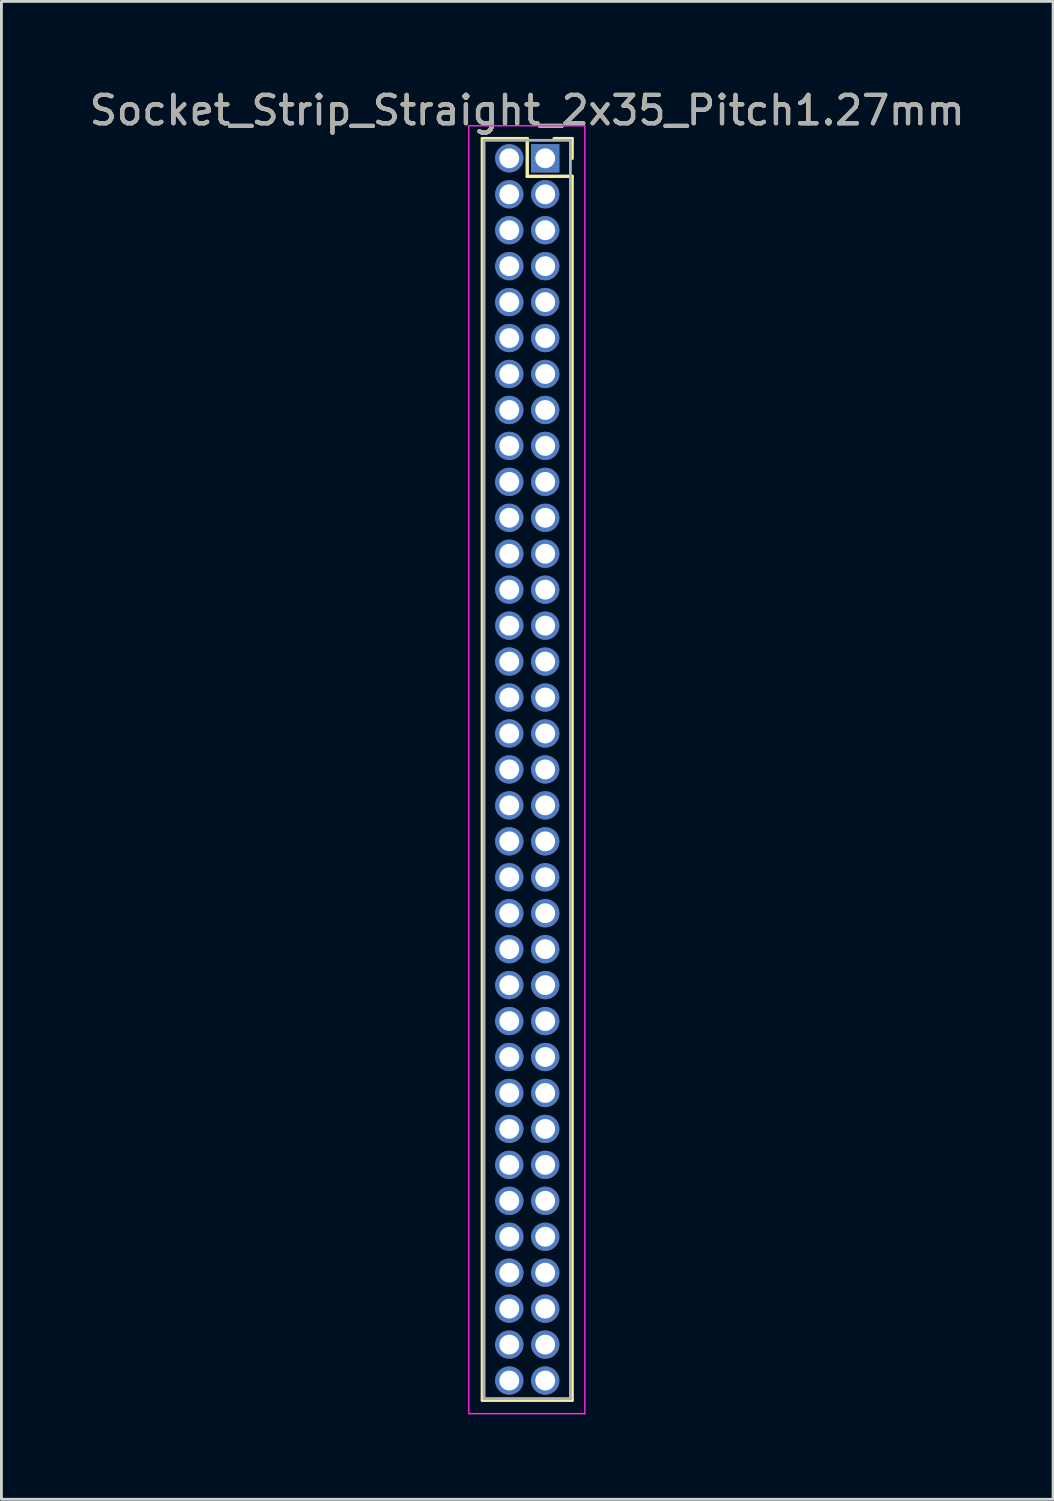
<source format=kicad_pcb>
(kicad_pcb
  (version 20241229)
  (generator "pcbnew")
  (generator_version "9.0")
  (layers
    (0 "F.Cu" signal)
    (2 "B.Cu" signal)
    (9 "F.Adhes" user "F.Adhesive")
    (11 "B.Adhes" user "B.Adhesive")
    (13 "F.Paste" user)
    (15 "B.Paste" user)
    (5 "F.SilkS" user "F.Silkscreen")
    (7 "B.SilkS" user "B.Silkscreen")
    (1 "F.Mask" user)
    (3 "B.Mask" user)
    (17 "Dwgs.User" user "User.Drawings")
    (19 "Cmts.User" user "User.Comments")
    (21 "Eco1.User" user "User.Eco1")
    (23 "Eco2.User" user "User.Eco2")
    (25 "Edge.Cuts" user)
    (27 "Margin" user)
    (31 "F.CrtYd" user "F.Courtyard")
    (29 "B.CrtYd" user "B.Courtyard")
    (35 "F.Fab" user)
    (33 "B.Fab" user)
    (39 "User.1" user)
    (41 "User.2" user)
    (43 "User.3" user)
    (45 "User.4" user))
  (footprint "Socket_Strip_Straight_2x35_Pitch1.27mm"
    (layer "F.Cu")
    (at 16.212 2.543)
    (property "Reference" "Socket_Strip_Straight_2x35_Pitch1.27mm" (at -0.635 -1.695 0) (layer "F.SilkS") (effects (font (size 1 1) (thickness 0.15))))
    (attr through_hole)
    (fp_line (start -2.22 -0.695) (end -0.635 -0.695) (stroke (width 0.12) (type solid)) (layer "F.SilkS"))
    (fp_line (start -2.22 43.875) (end -2.22 -0.695) (stroke (width 0.12) (type solid)) (layer "F.SilkS"))
    (fp_line (start -0.635 -0.695) (end -0.635 0.635) (stroke (width 0.12) (type solid)) (layer "F.SilkS"))
    (fp_line (start -0.635 0.635) (end 0.95 0.635) (stroke (width 0.12) (type solid)) (layer "F.SilkS"))
    (fp_line (start 0.95 -0.695) (end 0.315 -0.695) (stroke (width 0.12) (type solid)) (layer "F.SilkS"))
    (fp_line (start 0.95 0) (end 0.95 -0.695) (stroke (width 0.12) (type solid)) (layer "F.SilkS"))
    (fp_line (start 0.95 0.635) (end 0.95 43.875) (stroke (width 0.12) (type solid)) (layer "F.SilkS"))
    (fp_line (start 0.95 43.875) (end -2.22 43.875) (stroke (width 0.12) (type solid)) (layer "F.SilkS"))
    (fp_line (start -2.7 -1.15) (end -2.7 44.35) (stroke (width 0.05) (type solid)) (layer "F.CrtYd"))
    (fp_line (start -2.7 44.35) (end 1.4 44.35) (stroke (width 0.05) (type solid)) (layer "F.CrtYd"))
    (fp_line (start 1.4 -1.15) (end -2.7 -1.15) (stroke (width 0.05) (type solid)) (layer "F.CrtYd"))
    (fp_line (start 1.4 44.35) (end 1.4 -1.15) (stroke (width 0.05) (type solid)) (layer "F.CrtYd"))
    (fp_line (start -2.16 -0.635) (end -2.16 43.815) (stroke (width 0.1) (type solid)) (layer "F.Fab"))
    (fp_line (start -2.16 43.815) (end 0.89 43.815) (stroke (width 0.1) (type solid)) (layer "F.Fab"))
    (fp_line (start 0.89 -0.635) (end -2.16 -0.635) (stroke (width 0.1) (type solid)) (layer "F.Fab"))
    (fp_line (start 0.89 43.815) (end 0.89 -0.635) (stroke (width 0.1) (type solid)) (layer "F.Fab"))
    (fp_text user "${REFERENCE}" (at -0.635 -1.695 0) (layer "F.Fab") (effects (font (size 1 1) (thickness 0.15))))
    (pad "1" thru_hole rect (at 0 0) (size 1 1) (drill 0.7) (layers "*.Cu" "*.Mask"))
    (pad "2" thru_hole oval (at -1.27 0) (size 1 1) (drill 0.7) (layers "*.Cu" "*.Mask"))
    (pad "3" thru_hole oval (at 0 1.27) (size 1 1) (drill 0.7) (layers "*.Cu" "*.Mask"))
    (pad "4" thru_hole oval (at -1.27 1.27) (size 1 1) (drill 0.7) (layers "*.Cu" "*.Mask"))
    (pad "5" thru_hole oval (at 0 2.54) (size 1 1) (drill 0.7) (layers "*.Cu" "*.Mask"))
    (pad "6" thru_hole oval (at -1.27 2.54) (size 1 1) (drill 0.7) (layers "*.Cu" "*.Mask"))
    (pad "7" thru_hole oval (at 0 3.81) (size 1 1) (drill 0.7) (layers "*.Cu" "*.Mask"))
    (pad "8" thru_hole oval (at -1.27 3.81) (size 1 1) (drill 0.7) (layers "*.Cu" "*.Mask"))
    (pad "9" thru_hole oval (at 0 5.08) (size 1 1) (drill 0.7) (layers "*.Cu" "*.Mask"))
    (pad "10" thru_hole oval (at -1.27 5.08) (size 1 1) (drill 0.7) (layers "*.Cu" "*.Mask"))
    (pad "11" thru_hole oval (at 0 6.35) (size 1 1) (drill 0.7) (layers "*.Cu" "*.Mask"))
    (pad "12" thru_hole oval (at -1.27 6.35) (size 1 1) (drill 0.7) (layers "*.Cu" "*.Mask"))
    (pad "13" thru_hole oval (at 0 7.62) (size 1 1) (drill 0.7) (layers "*.Cu" "*.Mask"))
    (pad "14" thru_hole oval (at -1.27 7.62) (size 1 1) (drill 0.7) (layers "*.Cu" "*.Mask"))
    (pad "15" thru_hole oval (at 0 8.89) (size 1 1) (drill 0.7) (layers "*.Cu" "*.Mask"))
    (pad "16" thru_hole oval (at -1.27 8.89) (size 1 1) (drill 0.7) (layers "*.Cu" "*.Mask"))
    (pad "17" thru_hole oval (at 0 10.16) (size 1 1) (drill 0.7) (layers "*.Cu" "*.Mask"))
    (pad "18" thru_hole oval (at -1.27 10.16) (size 1 1) (drill 0.7) (layers "*.Cu" "*.Mask"))
    (pad "19" thru_hole oval (at 0 11.43) (size 1 1) (drill 0.7) (layers "*.Cu" "*.Mask"))
    (pad "20" thru_hole oval (at -1.27 11.43) (size 1 1) (drill 0.7) (layers "*.Cu" "*.Mask"))
    (pad "21" thru_hole oval (at 0 12.7) (size 1 1) (drill 0.7) (layers "*.Cu" "*.Mask"))
    (pad "22" thru_hole oval (at -1.27 12.7) (size 1 1) (drill 0.7) (layers "*.Cu" "*.Mask"))
    (pad "23" thru_hole oval (at 0 13.97) (size 1 1) (drill 0.7) (layers "*.Cu" "*.Mask"))
    (pad "24" thru_hole oval (at -1.27 13.97) (size 1 1) (drill 0.7) (layers "*.Cu" "*.Mask"))
    (pad "25" thru_hole oval (at 0 15.24) (size 1 1) (drill 0.7) (layers "*.Cu" "*.Mask"))
    (pad "26" thru_hole oval (at -1.27 15.24) (size 1 1) (drill 0.7) (layers "*.Cu" "*.Mask"))
    (pad "27" thru_hole oval (at 0 16.51) (size 1 1) (drill 0.7) (layers "*.Cu" "*.Mask"))
    (pad "28" thru_hole oval (at -1.27 16.51) (size 1 1) (drill 0.7) (layers "*.Cu" "*.Mask"))
    (pad "29" thru_hole oval (at 0 17.78) (size 1 1) (drill 0.7) (layers "*.Cu" "*.Mask"))
    (pad "30" thru_hole oval (at -1.27 17.78) (size 1 1) (drill 0.7) (layers "*.Cu" "*.Mask"))
    (pad "31" thru_hole oval (at 0 19.05) (size 1 1) (drill 0.7) (layers "*.Cu" "*.Mask"))
    (pad "32" thru_hole oval (at -1.27 19.05) (size 1 1) (drill 0.7) (layers "*.Cu" "*.Mask"))
    (pad "33" thru_hole oval (at 0 20.32) (size 1 1) (drill 0.7) (layers "*.Cu" "*.Mask"))
    (pad "34" thru_hole oval (at -1.27 20.32) (size 1 1) (drill 0.7) (layers "*.Cu" "*.Mask"))
    (pad "35" thru_hole oval (at 0 21.59) (size 1 1) (drill 0.7) (layers "*.Cu" "*.Mask"))
    (pad "36" thru_hole oval (at -1.27 21.59) (size 1 1) (drill 0.7) (layers "*.Cu" "*.Mask"))
    (pad "37" thru_hole oval (at 0 22.86) (size 1 1) (drill 0.7) (layers "*.Cu" "*.Mask"))
    (pad "38" thru_hole oval (at -1.27 22.86) (size 1 1) (drill 0.7) (layers "*.Cu" "*.Mask"))
    (pad "39" thru_hole oval (at 0 24.13) (size 1 1) (drill 0.7) (layers "*.Cu" "*.Mask"))
    (pad "40" thru_hole oval (at -1.27 24.13) (size 1 1) (drill 0.7) (layers "*.Cu" "*.Mask"))
    (pad "41" thru_hole oval (at 0 25.4) (size 1 1) (drill 0.7) (layers "*.Cu" "*.Mask"))
    (pad "42" thru_hole oval (at -1.27 25.4) (size 1 1) (drill 0.7) (layers "*.Cu" "*.Mask"))
    (pad "43" thru_hole oval (at 0 26.67) (size 1 1) (drill 0.7) (layers "*.Cu" "*.Mask"))
    (pad "44" thru_hole oval (at -1.27 26.67) (size 1 1) (drill 0.7) (layers "*.Cu" "*.Mask"))
    (pad "45" thru_hole oval (at 0 27.94) (size 1 1) (drill 0.7) (layers "*.Cu" "*.Mask"))
    (pad "46" thru_hole oval (at -1.27 27.94) (size 1 1) (drill 0.7) (layers "*.Cu" "*.Mask"))
    (pad "47" thru_hole oval (at 0 29.21) (size 1 1) (drill 0.7) (layers "*.Cu" "*.Mask"))
    (pad "48" thru_hole oval (at -1.27 29.21) (size 1 1) (drill 0.7) (layers "*.Cu" "*.Mask"))
    (pad "49" thru_hole oval (at 0 30.48) (size 1 1) (drill 0.7) (layers "*.Cu" "*.Mask"))
    (pad "50" thru_hole oval (at -1.27 30.48) (size 1 1) (drill 0.7) (layers "*.Cu" "*.Mask"))
    (pad "51" thru_hole oval (at 0 31.75) (size 1 1) (drill 0.7) (layers "*.Cu" "*.Mask"))
    (pad "52" thru_hole oval (at -1.27 31.75) (size 1 1) (drill 0.7) (layers "*.Cu" "*.Mask"))
    (pad "53" thru_hole oval (at 0 33.02) (size 1 1) (drill 0.7) (layers "*.Cu" "*.Mask"))
    (pad "54" thru_hole oval (at -1.27 33.02) (size 1 1) (drill 0.7) (layers "*.Cu" "*.Mask"))
    (pad "55" thru_hole oval (at 0 34.29) (size 1 1) (drill 0.7) (layers "*.Cu" "*.Mask"))
    (pad "56" thru_hole oval (at -1.27 34.29) (size 1 1) (drill 0.7) (layers "*.Cu" "*.Mask"))
    (pad "57" thru_hole oval (at 0 35.56) (size 1 1) (drill 0.7) (layers "*.Cu" "*.Mask"))
    (pad "58" thru_hole oval (at -1.27 35.56) (size 1 1) (drill 0.7) (layers "*.Cu" "*.Mask"))
    (pad "59" thru_hole oval (at 0 36.83) (size 1 1) (drill 0.7) (layers "*.Cu" "*.Mask"))
    (pad "60" thru_hole oval (at -1.27 36.83) (size 1 1) (drill 0.7) (layers "*.Cu" "*.Mask"))
    (pad "61" thru_hole oval (at 0 38.1) (size 1 1) (drill 0.7) (layers "*.Cu" "*.Mask"))
    (pad "62" thru_hole oval (at -1.27 38.1) (size 1 1) (drill 0.7) (layers "*.Cu" "*.Mask"))
    (pad "63" thru_hole oval (at 0 39.37) (size 1 1) (drill 0.7) (layers "*.Cu" "*.Mask"))
    (pad "64" thru_hole oval (at -1.27 39.37) (size 1 1) (drill 0.7) (layers "*.Cu" "*.Mask"))
    (pad "65" thru_hole oval (at 0 40.64) (size 1 1) (drill 0.7) (layers "*.Cu" "*.Mask"))
    (pad "66" thru_hole oval (at -1.27 40.64) (size 1 1) (drill 0.7) (layers "*.Cu" "*.Mask"))
    (pad "67" thru_hole oval (at 0 41.91) (size 1 1) (drill 0.7) (layers "*.Cu" "*.Mask"))
    (pad "68" thru_hole oval (at -1.27 41.91) (size 1 1) (drill 0.7) (layers "*.Cu" "*.Mask"))
    (pad "69" thru_hole oval (at 0 43.18) (size 1 1) (drill 0.7) (layers "*.Cu" "*.Mask"))
    (pad "70" thru_hole oval (at -1.27 43.18) (size 1 1) (drill 0.7) (layers "*.Cu" "*.Mask")))
  (gr_rect
    (start -3 -3)
    (end 34.155 49.918)
    (stroke (width 0.1) (type default))
    (fill no)
    (layer "Edge.Cuts")))
</source>
